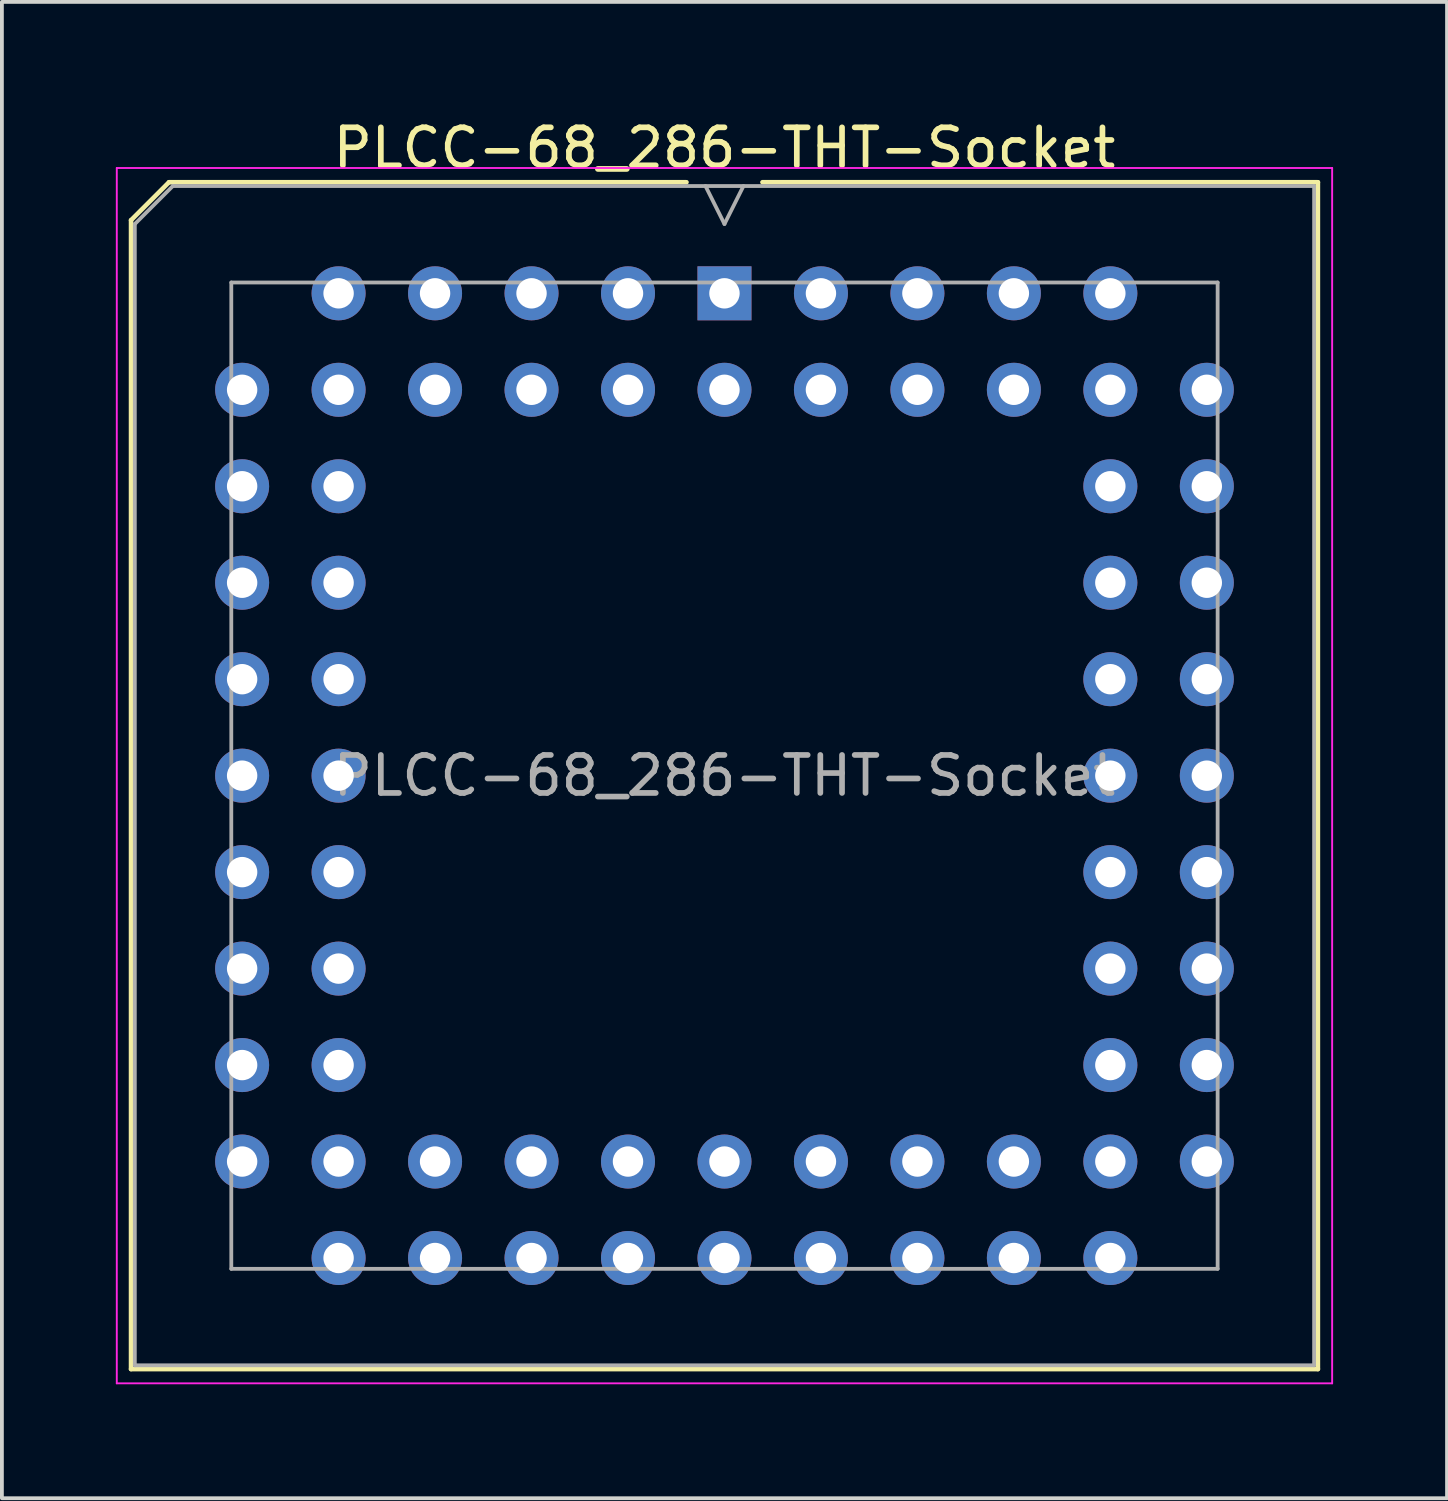
<source format=kicad_pcb>
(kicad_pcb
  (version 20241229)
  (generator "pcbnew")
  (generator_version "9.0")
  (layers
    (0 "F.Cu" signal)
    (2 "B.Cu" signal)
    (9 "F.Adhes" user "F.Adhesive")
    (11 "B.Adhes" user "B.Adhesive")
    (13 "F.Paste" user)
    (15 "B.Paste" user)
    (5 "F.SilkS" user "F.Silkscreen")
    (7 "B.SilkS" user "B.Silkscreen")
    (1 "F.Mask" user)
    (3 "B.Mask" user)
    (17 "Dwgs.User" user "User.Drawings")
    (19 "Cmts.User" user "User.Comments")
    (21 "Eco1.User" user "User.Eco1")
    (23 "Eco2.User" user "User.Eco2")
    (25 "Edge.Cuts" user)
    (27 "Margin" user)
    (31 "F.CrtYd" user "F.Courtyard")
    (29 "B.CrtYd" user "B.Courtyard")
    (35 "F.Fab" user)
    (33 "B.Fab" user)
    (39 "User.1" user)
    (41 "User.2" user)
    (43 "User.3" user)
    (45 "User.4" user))
  (footprint "PLCC-68_286-THT-Socket"
    (layer "F.Cu")
    (at 16.025 4.673)
    (property "Reference" "PLCC-68_286-THT-Socket" (at 0 -3.825 0) (layer "F.SilkS") (effects (font (size 1 1) (thickness 0.15))))
    (attr through_hole)
    (fp_line (start -15.625 -1.925) (end -15.625 28.325) (stroke (width 0.12) (type solid)) (layer "F.SilkS"))
    (fp_line (start -15.625 28.325) (end 15.625 28.325) (stroke (width 0.12) (type solid)) (layer "F.SilkS"))
    (fp_line (start -14.625 -2.925) (end -15.625 -1.925) (stroke (width 0.12) (type solid)) (layer "F.SilkS"))
    (fp_line (start -1 -2.925) (end -14.625 -2.925) (stroke (width 0.12) (type solid)) (layer "F.SilkS"))
    (fp_line (start 15.625 -2.925) (end 1 -2.925) (stroke (width 0.12) (type solid)) (layer "F.SilkS"))
    (fp_line (start 15.625 28.325) (end 15.625 -2.925) (stroke (width 0.12) (type solid)) (layer "F.SilkS"))
    (fp_line (start -16 -3.3) (end -16 28.7) (stroke (width 0.05) (type solid)) (layer "F.CrtYd"))
    (fp_line (start -16 28.7) (end 16 28.7) (stroke (width 0.05) (type solid)) (layer "F.CrtYd"))
    (fp_line (start 16 -3.3) (end -16 -3.3) (stroke (width 0.05) (type solid)) (layer "F.CrtYd"))
    (fp_line (start 16 28.7) (end 16 -3.3) (stroke (width 0.05) (type solid)) (layer "F.CrtYd"))
    (fp_line (start -15.525 -1.825) (end -15.525 28.225) (stroke (width 0.1) (type solid)) (layer "F.Fab"))
    (fp_line (start -15.525 28.225) (end 15.525 28.225) (stroke (width 0.1) (type solid)) (layer "F.Fab"))
    (fp_line (start -14.525 -2.825) (end -15.525 -1.825) (stroke (width 0.1) (type solid)) (layer "F.Fab"))
    (fp_line (start -12.985 -0.285) (end -12.985 25.685) (stroke (width 0.1) (type solid)) (layer "F.Fab"))
    (fp_line (start -12.985 25.685) (end 12.985 25.685) (stroke (width 0.1) (type solid)) (layer "F.Fab"))
    (fp_line (start -0.5 -2.825) (end 0 -1.825) (stroke (width 0.1) (type solid)) (layer "F.Fab"))
    (fp_line (start 0 -1.825) (end 0.5 -2.825) (stroke (width 0.1) (type solid)) (layer "F.Fab"))
    (fp_line (start 12.985 -0.285) (end -12.985 -0.285) (stroke (width 0.1) (type solid)) (layer "F.Fab"))
    (fp_line (start 12.985 25.685) (end 12.985 -0.285) (stroke (width 0.1) (type solid)) (layer "F.Fab"))
    (fp_line (start 15.525 -2.825) (end -14.525 -2.825) (stroke (width 0.1) (type solid)) (layer "F.Fab"))
    (fp_line (start 15.525 28.225) (end 15.525 -2.825) (stroke (width 0.1) (type solid)) (layer "F.Fab"))
    (fp_text user "${REFERENCE}" (at 0 12.7 0) (layer "F.Fab") (effects (font (size 1 1) (thickness 0.15))))
    (pad "1" thru_hole circle (at -12.7 2.54) (size 1.422 1.422) (drill 0.8) (layers "*.Cu" "*.Mask"))
    (pad "2" thru_hole circle (at -10.16 2.54) (size 1.422 1.422) (drill 0.8) (layers "*.Cu" "*.Mask"))
    (pad "3" thru_hole circle (at -12.7 5.08) (size 1.422 1.422) (drill 0.8) (layers "*.Cu" "*.Mask"))
    (pad "4" thru_hole circle (at -10.16 5.08) (size 1.422 1.422) (drill 0.8) (layers "*.Cu" "*.Mask"))
    (pad "5" thru_hole circle (at -12.7 7.62) (size 1.422 1.422) (drill 0.8) (layers "*.Cu" "*.Mask"))
    (pad "6" thru_hole circle (at -10.16 7.62) (size 1.422 1.422) (drill 0.8) (layers "*.Cu" "*.Mask"))
    (pad "7" thru_hole circle (at -12.7 10.16) (size 1.422 1.422) (drill 0.8) (layers "*.Cu" "*.Mask"))
    (pad "8" thru_hole circle (at -10.16 10.16) (size 1.422 1.422) (drill 0.8) (layers "*.Cu" "*.Mask"))
    (pad "9" thru_hole circle (at -12.7 12.7) (size 1.422 1.422) (drill 0.8) (layers "*.Cu" "*.Mask"))
    (pad "10" thru_hole circle (at -10.16 12.7) (size 1.422 1.422) (drill 0.8) (layers "*.Cu" "*.Mask"))
    (pad "11" thru_hole circle (at -12.7 15.24) (size 1.422 1.422) (drill 0.8) (layers "*.Cu" "*.Mask"))
    (pad "12" thru_hole circle (at -10.16 15.24) (size 1.422 1.422) (drill 0.8) (layers "*.Cu" "*.Mask"))
    (pad "13" thru_hole circle (at -12.7 17.78) (size 1.422 1.422) (drill 0.8) (layers "*.Cu" "*.Mask"))
    (pad "14" thru_hole circle (at -10.16 17.78) (size 1.422 1.422) (drill 0.8) (layers "*.Cu" "*.Mask"))
    (pad "15" thru_hole circle (at -12.7 20.32) (size 1.422 1.422) (drill 0.8) (layers "*.Cu" "*.Mask"))
    (pad "16" thru_hole circle (at -10.16 20.32) (size 1.422 1.422) (drill 0.8) (layers "*.Cu" "*.Mask"))
    (pad "17" thru_hole circle (at -12.7 22.86) (size 1.422 1.422) (drill 0.8) (layers "*.Cu" "*.Mask"))
    (pad "18" thru_hole circle (at -10.16 25.4) (size 1.422 1.422) (drill 0.8) (layers "*.Cu" "*.Mask"))
    (pad "19" thru_hole circle (at -10.16 22.86) (size 1.422 1.422) (drill 0.8) (layers "*.Cu" "*.Mask"))
    (pad "20" thru_hole circle (at -7.62 25.4) (size 1.422 1.422) (drill 0.8) (layers "*.Cu" "*.Mask"))
    (pad "21" thru_hole circle (at -7.62 22.86) (size 1.422 1.422) (drill 0.8) (layers "*.Cu" "*.Mask"))
    (pad "22" thru_hole circle (at -5.08 25.4) (size 1.422 1.422) (drill 0.8) (layers "*.Cu" "*.Mask"))
    (pad "23" thru_hole circle (at -5.08 22.86) (size 1.422 1.422) (drill 0.8) (layers "*.Cu" "*.Mask"))
    (pad "24" thru_hole circle (at -2.54 25.4) (size 1.422 1.422) (drill 0.8) (layers "*.Cu" "*.Mask"))
    (pad "25" thru_hole circle (at -2.54 22.86) (size 1.422 1.422) (drill 0.8) (layers "*.Cu" "*.Mask"))
    (pad "26" thru_hole circle (at 0 25.4) (size 1.422 1.422) (drill 0.8) (layers "*.Cu" "*.Mask"))
    (pad "27" thru_hole circle (at 0 22.86) (size 1.422 1.422) (drill 0.8) (layers "*.Cu" "*.Mask"))
    (pad "28" thru_hole circle (at 2.54 25.4) (size 1.422 1.422) (drill 0.8) (layers "*.Cu" "*.Mask"))
    (pad "29" thru_hole circle (at 2.54 22.86) (size 1.422 1.422) (drill 0.8) (layers "*.Cu" "*.Mask"))
    (pad "30" thru_hole circle (at 5.08 25.4) (size 1.422 1.422) (drill 0.8) (layers "*.Cu" "*.Mask"))
    (pad "31" thru_hole circle (at 5.08 22.86) (size 1.422 1.422) (drill 0.8) (layers "*.Cu" "*.Mask"))
    (pad "32" thru_hole circle (at 7.62 25.4) (size 1.422 1.422) (drill 0.8) (layers "*.Cu" "*.Mask"))
    (pad "33" thru_hole circle (at 7.62 22.86) (size 1.422 1.422) (drill 0.8) (layers "*.Cu" "*.Mask"))
    (pad "34" thru_hole circle (at 10.16 25.4) (size 1.422 1.422) (drill 0.8) (layers "*.Cu" "*.Mask"))
    (pad "35" thru_hole circle (at 12.7 22.86) (size 1.422 1.422) (drill 0.8) (layers "*.Cu" "*.Mask"))
    (pad "36" thru_hole circle (at 10.16 22.86) (size 1.422 1.422) (drill 0.8) (layers "*.Cu" "*.Mask"))
    (pad "37" thru_hole circle (at 12.7 20.32) (size 1.422 1.422) (drill 0.8) (layers "*.Cu" "*.Mask"))
    (pad "38" thru_hole circle (at 10.16 20.32) (size 1.422 1.422) (drill 0.8) (layers "*.Cu" "*.Mask"))
    (pad "39" thru_hole circle (at 12.7 17.78) (size 1.422 1.422) (drill 0.8) (layers "*.Cu" "*.Mask"))
    (pad "40" thru_hole circle (at 10.16 17.78) (size 1.422 1.422) (drill 0.8) (layers "*.Cu" "*.Mask"))
    (pad "41" thru_hole circle (at 12.7 15.24) (size 1.422 1.422) (drill 0.8) (layers "*.Cu" "*.Mask"))
    (pad "42" thru_hole circle (at 10.16 15.24) (size 1.422 1.422) (drill 0.8) (layers "*.Cu" "*.Mask"))
    (pad "43" thru_hole circle (at 12.7 12.7) (size 1.422 1.422) (drill 0.8) (layers "*.Cu" "*.Mask"))
    (pad "44" thru_hole circle (at 10.16 12.7) (size 1.422 1.422) (drill 0.8) (layers "*.Cu" "*.Mask"))
    (pad "45" thru_hole circle (at 12.7 10.16) (size 1.422 1.422) (drill 0.8) (layers "*.Cu" "*.Mask"))
    (pad "46" thru_hole circle (at 10.16 10.16) (size 1.422 1.422) (drill 0.8) (layers "*.Cu" "*.Mask"))
    (pad "47" thru_hole circle (at 12.7 7.62) (size 1.422 1.422) (drill 0.8) (layers "*.Cu" "*.Mask"))
    (pad "48" thru_hole circle (at 10.16 7.62) (size 1.422 1.422) (drill 0.8) (layers "*.Cu" "*.Mask"))
    (pad "49" thru_hole circle (at 12.7 5.08) (size 1.422 1.422) (drill 0.8) (layers "*.Cu" "*.Mask"))
    (pad "50" thru_hole circle (at 10.16 5.08) (size 1.422 1.422) (drill 0.8) (layers "*.Cu" "*.Mask"))
    (pad "51" thru_hole circle (at 12.7 2.54) (size 1.422 1.422) (drill 0.8) (layers "*.Cu" "*.Mask"))
    (pad "52" thru_hole circle (at 10.16 0) (size 1.422 1.422) (drill 0.8) (layers "*.Cu" "*.Mask"))
    (pad "53" thru_hole circle (at 10.16 2.54) (size 1.422 1.422) (drill 0.8) (layers "*.Cu" "*.Mask"))
    (pad "54" thru_hole circle (at 7.62 0) (size 1.422 1.422) (drill 0.8) (layers "*.Cu" "*.Mask"))
    (pad "55" thru_hole circle (at 7.62 2.54) (size 1.422 1.422) (drill 0.8) (layers "*.Cu" "*.Mask"))
    (pad "56" thru_hole circle (at 5.08 0) (size 1.422 1.422) (drill 0.8) (layers "*.Cu" "*.Mask"))
    (pad "57" thru_hole circle (at 5.08 2.54) (size 1.422 1.422) (drill 0.8) (layers "*.Cu" "*.Mask"))
    (pad "58" thru_hole circle (at 2.54 0) (size 1.422 1.422) (drill 0.8) (layers "*.Cu" "*.Mask"))
    (pad "59" thru_hole circle (at 2.54 2.54) (size 1.422 1.422) (drill 0.8) (layers "*.Cu" "*.Mask"))
    (pad "60" thru_hole rect (at 0 0) (size 1.422 1.422) (drill 0.8) (layers "*.Cu" "*.Mask"))
    (pad "61" thru_hole circle (at 0 2.54) (size 1.422 1.422) (drill 0.8) (layers "*.Cu" "*.Mask"))
    (pad "62" thru_hole circle (at -2.54 0) (size 1.422 1.422) (drill 0.8) (layers "*.Cu" "*.Mask"))
    (pad "63" thru_hole circle (at -2.54 2.54) (size 1.422 1.422) (drill 0.8) (layers "*.Cu" "*.Mask"))
    (pad "64" thru_hole circle (at -5.08 0) (size 1.422 1.422) (drill 0.8) (layers "*.Cu" "*.Mask"))
    (pad "65" thru_hole circle (at -5.08 2.54) (size 1.422 1.422) (drill 0.8) (layers "*.Cu" "*.Mask"))
    (pad "66" thru_hole circle (at -7.62 0) (size 1.422 1.422) (drill 0.8) (layers "*.Cu" "*.Mask"))
    (pad "67" thru_hole circle (at -7.62 2.54) (size 1.422 1.422) (drill 0.8) (layers "*.Cu" "*.Mask"))
    (pad "68" thru_hole circle (at -10.16 0) (size 1.422 1.422) (drill 0.8) (layers "*.Cu" "*.Mask")))
  (gr_rect
    (start -3 -3)
    (end 35.05 36.398)
    (stroke (width 0.1) (type default))
    (fill no)
    (layer "Edge.Cuts")))
</source>
